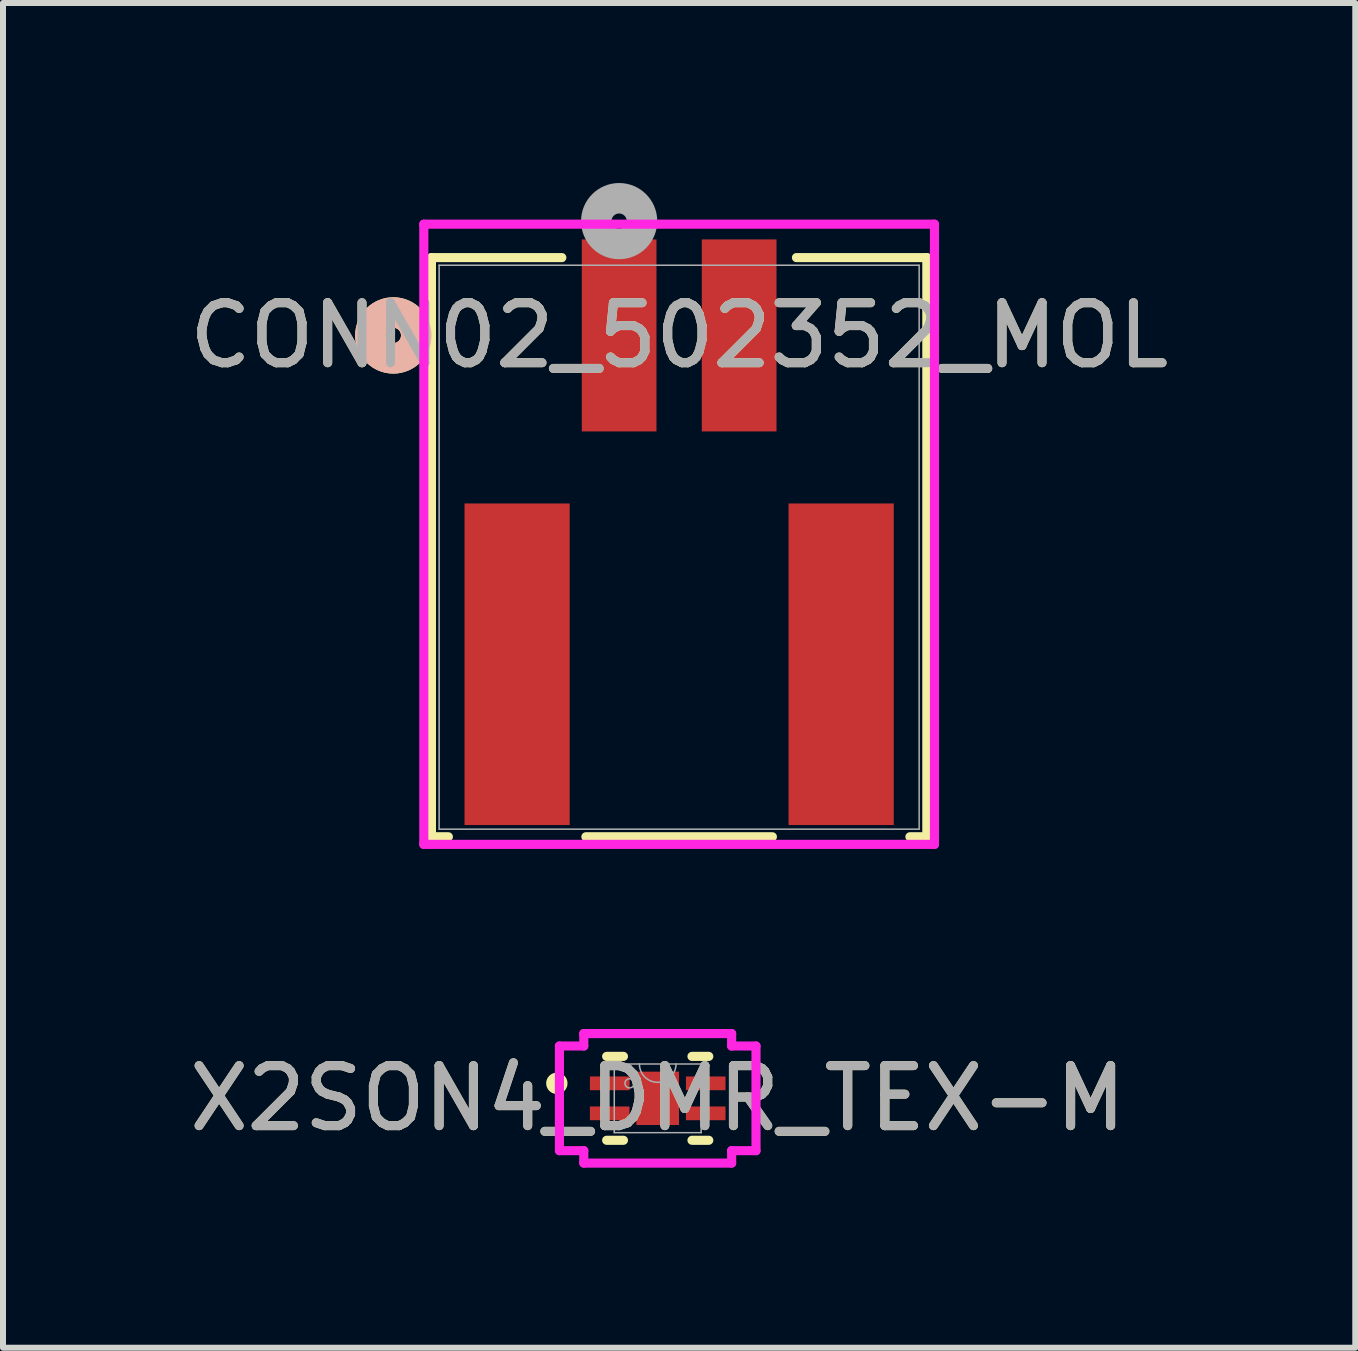
<source format=kicad_pcb>
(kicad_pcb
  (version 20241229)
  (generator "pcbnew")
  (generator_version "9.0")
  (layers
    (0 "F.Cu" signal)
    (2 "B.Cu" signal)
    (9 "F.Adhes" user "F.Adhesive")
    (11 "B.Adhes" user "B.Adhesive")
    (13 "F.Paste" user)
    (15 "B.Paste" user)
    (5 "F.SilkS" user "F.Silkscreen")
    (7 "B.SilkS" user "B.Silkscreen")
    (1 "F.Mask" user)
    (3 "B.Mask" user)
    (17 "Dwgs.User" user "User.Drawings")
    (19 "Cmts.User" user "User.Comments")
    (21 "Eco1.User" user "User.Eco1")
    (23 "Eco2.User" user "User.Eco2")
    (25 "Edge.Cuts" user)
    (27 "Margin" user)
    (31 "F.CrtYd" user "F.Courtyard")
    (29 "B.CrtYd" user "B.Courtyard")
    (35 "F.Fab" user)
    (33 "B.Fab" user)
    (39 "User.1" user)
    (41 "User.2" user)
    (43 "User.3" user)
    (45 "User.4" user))
  (footprint "CONN02_502352_MOL"
    (layer "F.Cu")
    (at 8.268 6.069)
    (property "Reference" "CONN02_502352_MOL" (at 0 -3.529 0) (unlocked yes) (layer "F.SilkS") (effects (font (size 1 1) (thickness 0.15))))
    (attr smd)
    (fp_line (start -4.128 -4.826) (end -4.128 4.826) (stroke (width 0.152) (type solid)) (layer "F.SilkS"))
    (fp_line (start -4.128 4.826) (end -3.846 4.826) (stroke (width 0.152) (type solid)) (layer "F.SilkS"))
    (fp_line (start -1.955 -4.826) (end -4.128 -4.826) (stroke (width 0.152) (type solid)) (layer "F.SilkS"))
    (fp_line (start -1.554 4.826) (end 1.554 4.826) (stroke (width 0.152) (type solid)) (layer "F.SilkS"))
    (fp_line (start 3.846 4.826) (end 4.128 4.826) (stroke (width 0.152) (type solid)) (layer "F.SilkS"))
    (fp_line (start 4.128 -4.826) (end 1.955 -4.826) (stroke (width 0.152) (type solid)) (layer "F.SilkS"))
    (fp_line (start 4.128 4.826) (end 4.128 -4.826) (stroke (width 0.152) (type solid)) (layer "F.SilkS"))
    (fp_circle (center -4.763 -3.529) (end -4.381 -3.529) (stroke (width 0.508) (type solid)) (fill no) (layer "F.SilkS"))
    (fp_circle (center -4.763 -3.529) (end -4.381 -3.529) (stroke (width 0.508) (type solid)) (fill no) (layer "B.SilkS"))
    (fp_line (start -4.255 -5.383) (end -4.255 4.953) (stroke (width 0.152) (type solid)) (layer "F.CrtYd"))
    (fp_line (start -4.255 4.953) (end 4.255 4.953) (stroke (width 0.152) (type solid)) (layer "F.CrtYd"))
    (fp_line (start 4.255 -5.383) (end -4.255 -5.383) (stroke (width 0.152) (type solid)) (layer "F.CrtYd"))
    (fp_line (start 4.255 4.953) (end 4.255 -5.383) (stroke (width 0.152) (type solid)) (layer "F.CrtYd"))
    (fp_line (start -4 -4.699) (end -4 4.699) (stroke (width 0.025) (type solid)) (layer "F.Fab"))
    (fp_line (start -4 4.699) (end 4 4.699) (stroke (width 0.025) (type solid)) (layer "F.Fab"))
    (fp_line (start 4 -4.699) (end -4 -4.699) (stroke (width 0.025) (type solid)) (layer "F.Fab"))
    (fp_line (start 4 4.699) (end 4 -4.699) (stroke (width 0.025) (type solid)) (layer "F.Fab"))
    (fp_circle (center -1 -5.434) (end -0.619 -5.434) (stroke (width 0.508) (type solid)) (fill no) (layer "F.Fab"))
    (fp_text user "${REFERENCE}" (at 0 -3.529 0) (unlocked yes) (layer "F.Fab") (effects (font (size 1 1) (thickness 0.15))))
    (pad "1" smd rect (at -1 -3.529) (size 1.245 3.2) (layers "F.Cu" "F.Mask" "F.Paste"))
    (pad "2" smd rect (at 1 -3.529) (size 1.245 3.2) (layers "F.Cu" "F.Mask" "F.Paste"))
    (pad "3" smd rect (at -2.7 1.951) (size 1.753 5.359) (layers "F.Cu" "F.Mask" "F.Paste"))
    (pad "4" smd rect (at 2.7 1.951) (size 1.753 5.359) (layers "F.Cu" "F.Mask" "F.Paste")))
  (footprint "X2SON4_DMR_TEX-M"
    (layer "F.Cu")
    (at 7.911 15.254)
    (property "Reference" "X2SON4_DMR_TEX-M" (at 0 0 0) (unlocked yes) (layer "F.SilkS") (effects (font (size 1 1) (thickness 0.15))))
    (attr smd)
    (fp_line (start -0.851 0.699) (end -0.571 0.699) (stroke (width 0.152) (type solid)) (layer "F.SilkS"))
    (fp_line (start -0.571 -0.699) (end -0.851 -0.699) (stroke (width 0.152) (type solid)) (layer "F.SilkS"))
    (fp_line (start 0.571 0.699) (end 0.851 0.699) (stroke (width 0.152) (type solid)) (layer "F.SilkS"))
    (fp_line (start 0.851 -0.699) (end 0.571 -0.699) (stroke (width 0.152) (type solid)) (layer "F.SilkS"))
    (fp_circle (center -1.681 -0.25) (end -1.579 -0.25) (stroke (width 0.152) (type solid)) (fill no) (layer "F.SilkS"))
    (fp_line (start -1.638 -0.872) (end -1.232 -0.872) (stroke (width 0.152) (type solid)) (layer "F.CrtYd"))
    (fp_line (start -1.638 0.872) (end -1.638 -0.872) (stroke (width 0.152) (type solid)) (layer "F.CrtYd"))
    (fp_line (start -1.638 0.872) (end -1.232 0.872) (stroke (width 0.152) (type solid)) (layer "F.CrtYd"))
    (fp_line (start -1.232 -1.079) (end 1.232 -1.079) (stroke (width 0.152) (type solid)) (layer "F.CrtYd"))
    (fp_line (start -1.232 -0.872) (end -1.232 -1.079) (stroke (width 0.152) (type solid)) (layer "F.CrtYd"))
    (fp_line (start -1.232 1.079) (end -1.232 0.872) (stroke (width 0.152) (type solid)) (layer "F.CrtYd"))
    (fp_line (start 1.232 -1.079) (end 1.232 -0.872) (stroke (width 0.152) (type solid)) (layer "F.CrtYd"))
    (fp_line (start 1.232 0.872) (end 1.232 1.079) (stroke (width 0.152) (type solid)) (layer "F.CrtYd"))
    (fp_line (start 1.232 1.079) (end -1.232 1.079) (stroke (width 0.152) (type solid)) (layer "F.CrtYd"))
    (fp_line (start 1.638 -0.872) (end 1.232 -0.872) (stroke (width 0.152) (type solid)) (layer "F.CrtYd"))
    (fp_line (start 1.638 -0.872) (end 1.638 0.872) (stroke (width 0.152) (type solid)) (layer "F.CrtYd"))
    (fp_line (start 1.638 0.872) (end 1.232 0.872) (stroke (width 0.152) (type solid)) (layer "F.CrtYd"))
    (fp_line (start -0.724 -0.572) (end -0.724 0.572) (stroke (width 0.025) (type solid)) (layer "F.Fab"))
    (fp_line (start -0.724 0.572) (end 0.724 0.572) (stroke (width 0.025) (type solid)) (layer "F.Fab"))
    (fp_line (start 0.724 -0.572) (end -0.724 -0.572) (stroke (width 0.025) (type solid)) (layer "F.Fab"))
    (fp_line (start 0.724 0.572) (end 0.724 -0.572) (stroke (width 0.025) (type solid)) (layer "F.Fab"))
    (fp_arc (start 0.3048 -0.5715) (mid 0 -0.2667) (end -0.3048 -0.5715) (stroke (width 0.0254) (type solid)) (layer "F.Fab"))
    (fp_circle (center -0.47 -0.25) (end -0.394 -0.25) (stroke (width 0.025) (type solid)) (fill no) (layer "F.Fab"))
    (fp_text user "${REFERENCE}" (at 0 0 0) (unlocked yes) (layer "F.Fab") (effects (font (size 1 1) (thickness 0.15))))
    (pad "1" smd rect (at -0.8 -0.25) (size 0.66 0.229) (layers "F.Cu" "F.Mask" "F.Paste"))
    (pad "2" smd rect (at 0.8 -0.25) (size 0.66 0.229) (layers "F.Cu" "F.Mask" "F.Paste"))
    (pad "3" smd rect (at 0.8 0.25) (size 0.66 0.229) (layers "F.Cu" "F.Mask" "F.Paste"))
    (pad "4" smd rect (at -0.8 0.25) (size 0.66 0.229) (layers "F.Cu" "F.Mask" "F.Paste"))
    (pad "5" smd rect (at 0 0) (size 0.711 0.889) (layers "F.Cu" "F.Mask" "F.Paste")))
  (gr_rect
    (start -3 -3)
    (end 19.536 19.41)
    (stroke (width 0.1) (type default))
    (fill no)
    (layer "Edge.Cuts")))
</source>
